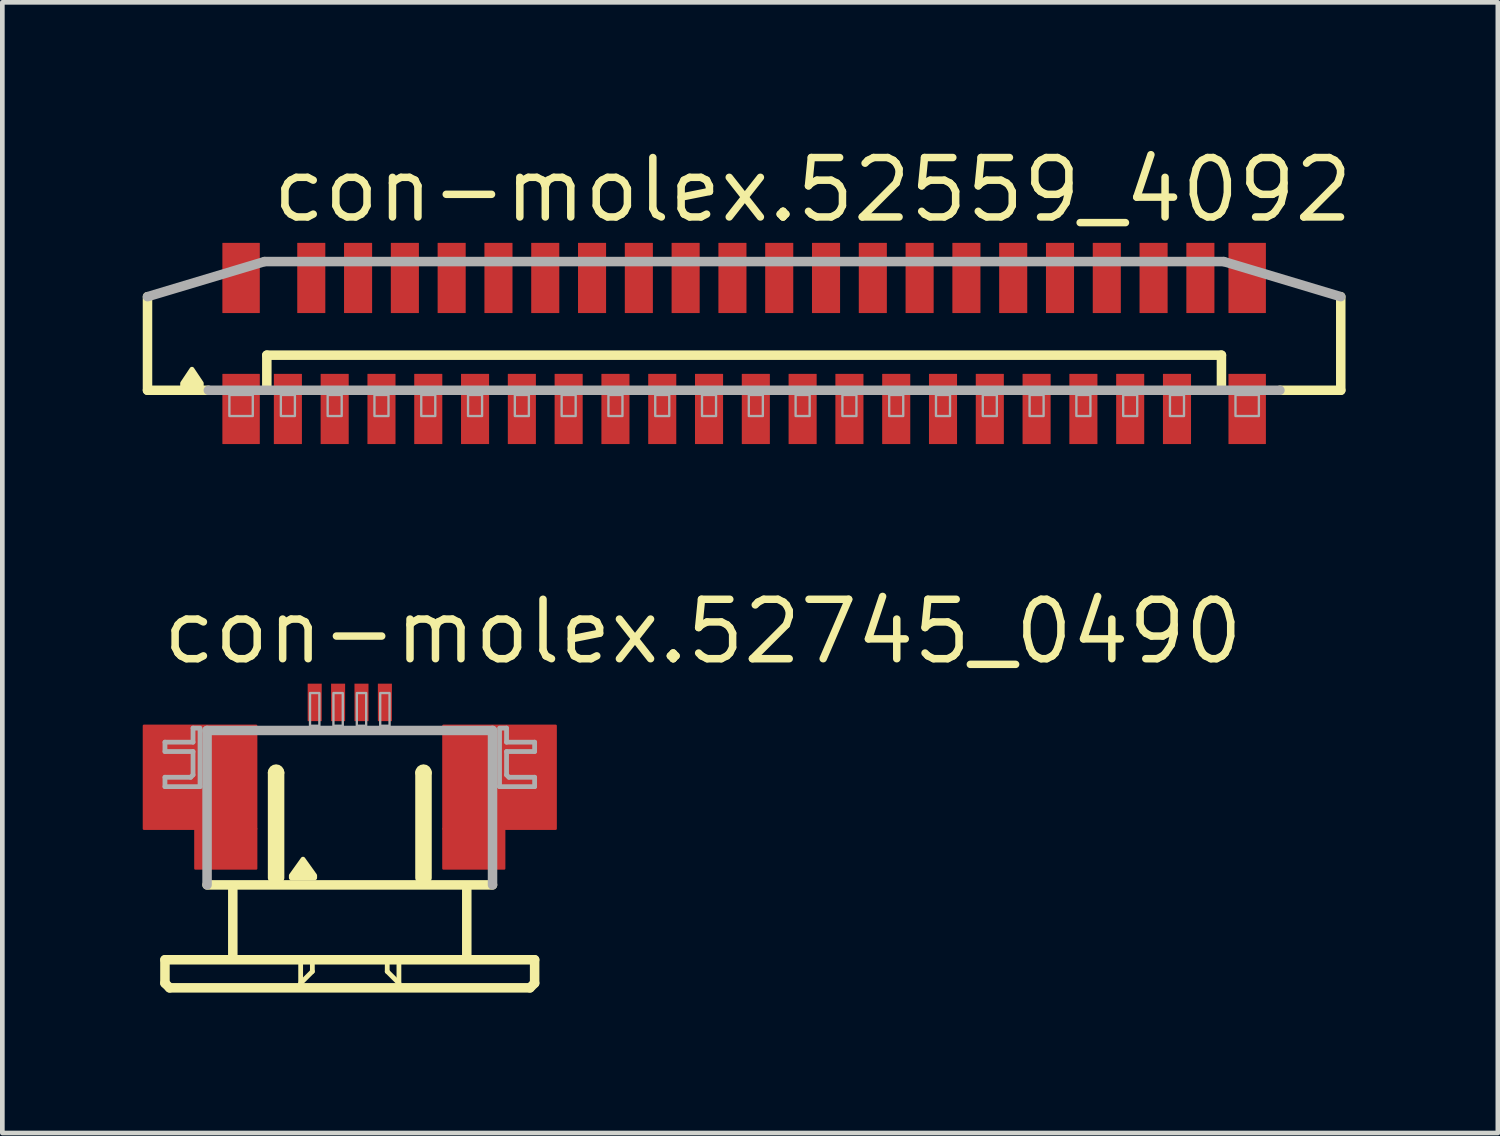
<source format=kicad_pcb>
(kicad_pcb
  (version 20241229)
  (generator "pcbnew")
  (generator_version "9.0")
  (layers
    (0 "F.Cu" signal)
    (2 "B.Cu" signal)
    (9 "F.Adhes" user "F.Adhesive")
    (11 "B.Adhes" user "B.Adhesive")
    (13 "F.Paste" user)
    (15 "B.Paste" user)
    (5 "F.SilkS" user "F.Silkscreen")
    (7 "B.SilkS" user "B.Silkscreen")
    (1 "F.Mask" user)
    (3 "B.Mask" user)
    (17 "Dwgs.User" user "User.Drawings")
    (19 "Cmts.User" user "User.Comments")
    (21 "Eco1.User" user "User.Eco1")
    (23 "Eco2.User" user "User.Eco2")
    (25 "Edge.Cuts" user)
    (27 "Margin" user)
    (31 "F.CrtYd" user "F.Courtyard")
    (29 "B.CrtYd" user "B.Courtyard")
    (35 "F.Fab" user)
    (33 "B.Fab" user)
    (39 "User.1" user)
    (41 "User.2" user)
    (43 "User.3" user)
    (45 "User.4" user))
  (footprint "con-molex.52745_0490"
    (layer "F.Cu")
    (at 4.425 14.46)
    (property "Reference" "con-molex.52745_0490" (at -4.08 -3.27 0) (layer "F.SilkS") (effects (font (size 1.27 1.27) (thickness 0.16)) (justify left bottom)))
    (attr smd)
    (fp_rect (start -4.4 0.2) (end -2 -2) (stroke (width 0.05) (type default)) (fill yes) (layer "F.Cu"))
    (fp_rect (start -3.3 1.05) (end -2 0.2) (stroke (width 0.05) (type default)) (fill yes) (layer "F.Cu"))
    (fp_rect (start 2 0.2) (end 4.4 -2) (stroke (width 0.05) (type default)) (fill yes) (layer "F.Cu"))
    (fp_rect (start 2 1.05) (end 3.3 0.2) (stroke (width 0.05) (type default)) (fill yes) (layer "F.Cu"))
    (fp_rect (start -4.4 0.2) (end -3.25 -2) (stroke (width 0.05) (type default)) (fill yes) (layer "F.Mask"))
    (fp_rect (start -3.3 1.05) (end -2 -2) (stroke (width 0.05) (type default)) (fill yes) (layer "F.Mask"))
    (fp_rect (start 2 1.05) (end 3.3 -2) (stroke (width 0.05) (type default)) (fill yes) (layer "F.Mask"))
    (fp_rect (start 3.25 0.2) (end 4.4 -2) (stroke (width 0.05) (type default)) (fill yes) (layer "F.Mask"))
    (fp_line (start -3.95 3) (end -3.95 3.5) (stroke (width 0.203) (type default)) (layer "F.SilkS"))
    (fp_line (start -3.95 3.5) (end -3.85 3.6) (stroke (width 0.203) (type default)) (layer "F.SilkS"))
    (fp_line (start -3.85 3.6) (end 3.85 3.6) (stroke (width 0.203) (type default)) (layer "F.SilkS"))
    (fp_line (start -2.5 1.5) (end -2.5 2.9) (stroke (width 0.203) (type default)) (layer "F.SilkS"))
    (fp_line (start -1.65 1.25) (end -1.65 -1) (stroke (width 0.203) (type default)) (layer "F.SilkS"))
    (fp_line (start -1.5 -1) (end -1.5 1.25) (stroke (width 0.203) (type default)) (layer "F.SilkS"))
    (fp_line (start -1.05 3.1) (end -1.05 3.5) (stroke (width 0.102) (type default)) (layer "F.SilkS"))
    (fp_line (start -1.05 3.5) (end -0.8 3.25) (stroke (width 0.102) (type default)) (layer "F.SilkS"))
    (fp_line (start -0.8 3.25) (end -0.8 3.1) (stroke (width 0.102) (type default)) (layer "F.SilkS"))
    (fp_line (start 0.8 3.1) (end 0.8 3.25) (stroke (width 0.102) (type default)) (layer "F.SilkS"))
    (fp_line (start 0.8 3.25) (end 1.05 3.5) (stroke (width 0.102) (type default)) (layer "F.SilkS"))
    (fp_line (start 1.05 3.5) (end 1.05 3.1) (stroke (width 0.102) (type default)) (layer "F.SilkS"))
    (fp_line (start 1.5 1.25) (end 1.5 -1) (stroke (width 0.203) (type default)) (layer "F.SilkS"))
    (fp_line (start 1.65 -1) (end 1.65 1.25) (stroke (width 0.203) (type default)) (layer "F.SilkS"))
    (fp_line (start 2.5 1.5) (end 2.5 2.9) (stroke (width 0.203) (type default)) (layer "F.SilkS"))
    (fp_line (start 3.05 1.4) (end -3.05 1.4) (stroke (width 0.203) (type default)) (layer "F.SilkS"))
    (fp_line (start 3.85 3.6) (end 3.95 3.5) (stroke (width 0.203) (type default)) (layer "F.SilkS"))
    (fp_line (start 3.95 3) (end -3.95 3) (stroke (width 0.203) (type default)) (layer "F.SilkS"))
    (fp_line (start 3.95 3.5) (end 3.95 3) (stroke (width 0.203) (type default)) (layer "F.SilkS"))
    (fp_arc (start -1.65 -1) (mid -1.575 -1.075) (end -1.5 -1) (stroke (width 0.2032) (type default)) (layer "F.SilkS"))
    (fp_arc (start 1.5 -1) (mid 1.575 -1.075) (end 1.65 -1) (stroke (width 0.2032) (type default)) (layer "F.SilkS"))
    (fp_poly (pts (xy -1.25 1.25) (xy -1.25 1.2) (xy -1 0.85) (xy -0.75 1.2) (xy -0.75 1.25)) (stroke (width 0.102) (type default)) (fill yes) (layer "F.SilkS"))
    (fp_rect (start -4.2 0.05) (end -2.2 -1.85) (stroke (width 0.05) (type default)) (fill yes) (layer "F.Paste"))
    (fp_rect (start 2.2 0.05) (end 4.2 -1.85) (stroke (width 0.05) (type default)) (fill yes) (layer "F.Paste"))
    (fp_line (start -3.95 -1.65) (end -3.95 -1.45) (stroke (width 0.102) (type default)) (layer "F.Fab"))
    (fp_line (start -3.95 -1.45) (end -3.35 -1.45) (stroke (width 0.102) (type default)) (layer "F.Fab"))
    (fp_line (start -3.95 -0.9) (end -3.95 -0.7) (stroke (width 0.102) (type default)) (layer "F.Fab"))
    (fp_line (start -3.95 -0.7) (end -3.2 -0.7) (stroke (width 0.102) (type default)) (layer "F.Fab"))
    (fp_line (start -3.4 -0.9) (end -3.95 -0.9) (stroke (width 0.102) (type default)) (layer "F.Fab"))
    (fp_line (start -3.35 -1.95) (end -3.35 -1.65) (stroke (width 0.102) (type default)) (layer "F.Fab"))
    (fp_line (start -3.35 -1.65) (end -3.95 -1.65) (stroke (width 0.102) (type default)) (layer "F.Fab"))
    (fp_line (start -3.35 -1.45) (end -3.35 -0.95) (stroke (width 0.102) (type default)) (layer "F.Fab"))
    (fp_line (start -3.35 -0.95) (end -3.4 -0.9) (stroke (width 0.102) (type default)) (layer "F.Fab"))
    (fp_line (start -3.2 -1.95) (end -3.35 -1.95) (stroke (width 0.102) (type default)) (layer "F.Fab"))
    (fp_line (start -3.2 -0.7) (end -3.2 -1.9) (stroke (width 0.102) (type default)) (layer "F.Fab"))
    (fp_line (start -3.05 -1.9) (end 3.05 -1.9) (stroke (width 0.203) (type default)) (layer "F.Fab"))
    (fp_line (start -3.05 1.4) (end -3.05 -1.9) (stroke (width 0.203) (type default)) (layer "F.Fab"))
    (fp_line (start 3.05 -1.9) (end 3.05 1.4) (stroke (width 0.203) (type default)) (layer "F.Fab"))
    (fp_line (start 3.2 -1.95) (end 3.35 -1.95) (stroke (width 0.102) (type default)) (layer "F.Fab"))
    (fp_line (start 3.2 -0.7) (end 3.2 -1.9) (stroke (width 0.102) (type default)) (layer "F.Fab"))
    (fp_line (start 3.35 -1.95) (end 3.35 -1.65) (stroke (width 0.102) (type default)) (layer "F.Fab"))
    (fp_line (start 3.35 -1.65) (end 3.95 -1.65) (stroke (width 0.102) (type default)) (layer "F.Fab"))
    (fp_line (start 3.35 -1.45) (end 3.35 -0.95) (stroke (width 0.102) (type default)) (layer "F.Fab"))
    (fp_line (start 3.35 -0.95) (end 3.4 -0.9) (stroke (width 0.102) (type default)) (layer "F.Fab"))
    (fp_line (start 3.4 -0.9) (end 3.95 -0.9) (stroke (width 0.102) (type default)) (layer "F.Fab"))
    (fp_line (start 3.95 -1.65) (end 3.95 -1.45) (stroke (width 0.102) (type default)) (layer "F.Fab"))
    (fp_line (start 3.95 -1.45) (end 3.35 -1.45) (stroke (width 0.102) (type default)) (layer "F.Fab"))
    (fp_line (start 3.95 -0.9) (end 3.95 -0.7) (stroke (width 0.102) (type default)) (layer "F.Fab"))
    (fp_line (start 3.95 -0.7) (end 3.2 -0.7) (stroke (width 0.102) (type default)) (layer "F.Fab"))
    (fp_rect (start -0.85 -2) (end -0.65 -2.7) (stroke (width 0.05) (type default)) (fill no) (layer "F.Fab"))
    (fp_rect (start -0.35 -2) (end -0.15 -2.7) (stroke (width 0.05) (type default)) (fill no) (layer "F.Fab"))
    (fp_rect (start 0.15 -2) (end 0.35 -2.7) (stroke (width 0.05) (type default)) (fill no) (layer "F.Fab"))
    (fp_rect (start 0.65 -2) (end 0.85 -2.7) (stroke (width 0.05) (type default)) (fill no) (layer "F.Fab"))
    (pad "1" smd roundrect (at -0.75 -2.5) (size 0.3 0.8) (layers "F.Cu" "F.Mask" "F.Paste") (roundrect_rratio 0.01))
    (pad "2" smd roundrect (at -0.25 -2.5) (size 0.3 0.8) (layers "F.Cu" "F.Mask" "F.Paste") (roundrect_rratio 0.01))
    (pad "3" smd roundrect (at 0.25 -2.5) (size 0.3 0.8) (layers "F.Cu" "F.Mask" "F.Paste") (roundrect_rratio 0.01))
    (pad "4" smd roundrect (at 0.75 -2.5) (size 0.3 0.8) (layers "F.Cu" "F.Mask" "F.Paste") (roundrect_rratio 0.01)))
  (footprint "con-molex.52559_4092"
    (layer "F.Cu")
    (at 12.852 4.29)
    (property "Reference" "con-molex.52559_4092" (at -10.16 -2.54 0) (layer "F.SilkS") (effects (font (size 1.27 1.27) (thickness 0.16)) (justify left bottom)))
    (attr smd)
    (fp_line (start -12.75 1) (end -12.75 -1) (stroke (width 0.203) (type default)) (layer "F.SilkS"))
    (fp_line (start -11.45 1) (end -12.75 1) (stroke (width 0.203) (type default)) (layer "F.SilkS"))
    (fp_line (start -10.2 0.25) (end 10.2 0.25) (stroke (width 0.203) (type default)) (layer "F.SilkS"))
    (fp_line (start -10.2 1) (end -10.2 0.25) (stroke (width 0.203) (type default)) (layer "F.SilkS"))
    (fp_line (start 10.2 0.25) (end 10.2 1) (stroke (width 0.203) (type default)) (layer "F.SilkS"))
    (fp_line (start 12.75 -1) (end 12.75 1) (stroke (width 0.203) (type default)) (layer "F.SilkS"))
    (fp_line (start 12.75 1) (end 11.45 1) (stroke (width 0.203) (type default)) (layer "F.SilkS"))
    (fp_poly (pts (xy -11.6 0.95) (xy -11.6 0.85) (xy -11.8 0.55) (xy -12 0.85) (xy -12 0.95)) (stroke (width 0.102) (type default)) (fill yes) (layer "F.SilkS"))
    (fp_line (start -12.75 -1) (end -10.25 -1.75) (stroke (width 0.203) (type default)) (layer "F.Fab"))
    (fp_line (start -10.25 -1.75) (end 10.25 -1.75) (stroke (width 0.203) (type default)) (layer "F.Fab"))
    (fp_line (start 10.25 -1.75) (end 12.75 -1) (stroke (width 0.203) (type default)) (layer "F.Fab"))
    (fp_line (start 11.45 1) (end -11.45 1) (stroke (width 0.203) (type default)) (layer "F.Fab"))
    (fp_rect (start -11 1.55) (end -10.5 1.1) (stroke (width 0.05) (type default)) (fill no) (layer "F.Fab"))
    (fp_rect (start -9.9 1.55) (end -9.6 1.1) (stroke (width 0.05) (type default)) (fill no) (layer "F.Fab"))
    (fp_rect (start -8.9 1.55) (end -8.6 1.1) (stroke (width 0.05) (type default)) (fill no) (layer "F.Fab"))
    (fp_rect (start -7.9 1.55) (end -7.6 1.1) (stroke (width 0.05) (type default)) (fill no) (layer "F.Fab"))
    (fp_rect (start -6.9 1.55) (end -6.6 1.1) (stroke (width 0.05) (type default)) (fill no) (layer "F.Fab"))
    (fp_rect (start -5.9 1.55) (end -5.6 1.1) (stroke (width 0.05) (type default)) (fill no) (layer "F.Fab"))
    (fp_rect (start -4.9 1.55) (end -4.6 1.1) (stroke (width 0.05) (type default)) (fill no) (layer "F.Fab"))
    (fp_rect (start -3.9 1.55) (end -3.6 1.1) (stroke (width 0.05) (type default)) (fill no) (layer "F.Fab"))
    (fp_rect (start -2.9 1.55) (end -2.6 1.1) (stroke (width 0.05) (type default)) (fill no) (layer "F.Fab"))
    (fp_rect (start -1.9 1.55) (end -1.6 1.1) (stroke (width 0.05) (type default)) (fill no) (layer "F.Fab"))
    (fp_rect (start -0.9 1.55) (end -0.6 1.1) (stroke (width 0.05) (type default)) (fill no) (layer "F.Fab"))
    (fp_rect (start 0.1 1.55) (end 0.4 1.1) (stroke (width 0.05) (type default)) (fill no) (layer "F.Fab"))
    (fp_rect (start 1.1 1.55) (end 1.4 1.1) (stroke (width 0.05) (type default)) (fill no) (layer "F.Fab"))
    (fp_rect (start 2.1 1.55) (end 2.4 1.1) (stroke (width 0.05) (type default)) (fill no) (layer "F.Fab"))
    (fp_rect (start 3.1 1.55) (end 3.4 1.1) (stroke (width 0.05) (type default)) (fill no) (layer "F.Fab"))
    (fp_rect (start 4.1 1.55) (end 4.4 1.1) (stroke (width 0.05) (type default)) (fill no) (layer "F.Fab"))
    (fp_rect (start 5.1 1.55) (end 5.4 1.1) (stroke (width 0.05) (type default)) (fill no) (layer "F.Fab"))
    (fp_rect (start 6.1 1.55) (end 6.4 1.1) (stroke (width 0.05) (type default)) (fill no) (layer "F.Fab"))
    (fp_rect (start 7.1 1.55) (end 7.4 1.1) (stroke (width 0.05) (type default)) (fill no) (layer "F.Fab"))
    (fp_rect (start 8.1 1.55) (end 8.4 1.1) (stroke (width 0.05) (type default)) (fill no) (layer "F.Fab"))
    (fp_rect (start 9.1 1.55) (end 9.4 1.1) (stroke (width 0.05) (type default)) (fill no) (layer "F.Fab"))
    (fp_rect (start 10.5 1.55) (end 11 1.1) (stroke (width 0.05) (type default)) (fill no) (layer "F.Fab"))
    (pad "1" smd roundrect (at -9.75 1.4) (size 0.6 1.5) (layers "F.Cu" "F.Mask" "F.Paste") (roundrect_rratio 0.01))
    (pad "2" smd roundrect (at -9.25 -1.4 180) (size 0.6 1.5) (layers "F.Cu" "F.Mask" "F.Paste") (roundrect_rratio 0.01))
    (pad "3" smd roundrect (at -8.75 1.4) (size 0.6 1.5) (layers "F.Cu" "F.Mask" "F.Paste") (roundrect_rratio 0.01))
    (pad "4" smd roundrect (at -8.25 -1.4 180) (size 0.6 1.5) (layers "F.Cu" "F.Mask" "F.Paste") (roundrect_rratio 0.01))
    (pad "5" smd roundrect (at -7.75 1.4) (size 0.6 1.5) (layers "F.Cu" "F.Mask" "F.Paste") (roundrect_rratio 0.01))
    (pad "6" smd roundrect (at -7.25 -1.4 180) (size 0.6 1.5) (layers "F.Cu" "F.Mask" "F.Paste") (roundrect_rratio 0.01))
    (pad "7" smd roundrect (at -6.75 1.4) (size 0.6 1.5) (layers "F.Cu" "F.Mask" "F.Paste") (roundrect_rratio 0.01))
    (pad "8" smd roundrect (at -6.25 -1.4 180) (size 0.6 1.5) (layers "F.Cu" "F.Mask" "F.Paste") (roundrect_rratio 0.01))
    (pad "9" smd roundrect (at -5.75 1.4) (size 0.6 1.5) (layers "F.Cu" "F.Mask" "F.Paste") (roundrect_rratio 0.01))
    (pad "10" smd roundrect (at -5.25 -1.4 180) (size 0.6 1.5) (layers "F.Cu" "F.Mask" "F.Paste") (roundrect_rratio 0.01))
    (pad "11" smd roundrect (at -4.75 1.4) (size 0.6 1.5) (layers "F.Cu" "F.Mask" "F.Paste") (roundrect_rratio 0.01))
    (pad "12" smd roundrect (at -4.25 -1.4 180) (size 0.6 1.5) (layers "F.Cu" "F.Mask" "F.Paste") (roundrect_rratio 0.01))
    (pad "13" smd roundrect (at -3.75 1.4) (size 0.6 1.5) (layers "F.Cu" "F.Mask" "F.Paste") (roundrect_rratio 0.01))
    (pad "14" smd roundrect (at -3.25 -1.4 180) (size 0.6 1.5) (layers "F.Cu" "F.Mask" "F.Paste") (roundrect_rratio 0.01))
    (pad "15" smd roundrect (at -2.75 1.4) (size 0.6 1.5) (layers "F.Cu" "F.Mask" "F.Paste") (roundrect_rratio 0.01))
    (pad "16" smd roundrect (at -2.25 -1.4 180) (size 0.6 1.5) (layers "F.Cu" "F.Mask" "F.Paste") (roundrect_rratio 0.01))
    (pad "17" smd roundrect (at -1.75 1.4) (size 0.6 1.5) (layers "F.Cu" "F.Mask" "F.Paste") (roundrect_rratio 0.01))
    (pad "18" smd roundrect (at -1.25 -1.4 180) (size 0.6 1.5) (layers "F.Cu" "F.Mask" "F.Paste") (roundrect_rratio 0.01))
    (pad "19" smd roundrect (at -0.75 1.4) (size 0.6 1.5) (layers "F.Cu" "F.Mask" "F.Paste") (roundrect_rratio 0.01))
    (pad "20" smd roundrect (at -0.25 -1.4 180) (size 0.6 1.5) (layers "F.Cu" "F.Mask" "F.Paste") (roundrect_rratio 0.01))
    (pad "21" smd roundrect (at 0.25 1.4) (size 0.6 1.5) (layers "F.Cu" "F.Mask" "F.Paste") (roundrect_rratio 0.01))
    (pad "22" smd roundrect (at 0.75 -1.4 180) (size 0.6 1.5) (layers "F.Cu" "F.Mask" "F.Paste") (roundrect_rratio 0.01))
    (pad "23" smd roundrect (at 1.25 1.4) (size 0.6 1.5) (layers "F.Cu" "F.Mask" "F.Paste") (roundrect_rratio 0.01))
    (pad "24" smd roundrect (at 1.75 -1.4 180) (size 0.6 1.5) (layers "F.Cu" "F.Mask" "F.Paste") (roundrect_rratio 0.01))
    (pad "25" smd roundrect (at 2.25 1.4) (size 0.6 1.5) (layers "F.Cu" "F.Mask" "F.Paste") (roundrect_rratio 0.01))
    (pad "26" smd roundrect (at 2.75 -1.4 180) (size 0.6 1.5) (layers "F.Cu" "F.Mask" "F.Paste") (roundrect_rratio 0.01))
    (pad "27" smd roundrect (at 3.25 1.4) (size 0.6 1.5) (layers "F.Cu" "F.Mask" "F.Paste") (roundrect_rratio 0.01))
    (pad "28" smd roundrect (at 3.75 -1.4 180) (size 0.6 1.5) (layers "F.Cu" "F.Mask" "F.Paste") (roundrect_rratio 0.01))
    (pad "29" smd roundrect (at 4.25 1.4) (size 0.6 1.5) (layers "F.Cu" "F.Mask" "F.Paste") (roundrect_rratio 0.01))
    (pad "30" smd roundrect (at 4.75 -1.4 180) (size 0.6 1.5) (layers "F.Cu" "F.Mask" "F.Paste") (roundrect_rratio 0.01))
    (pad "31" smd roundrect (at 5.25 1.4) (size 0.6 1.5) (layers "F.Cu" "F.Mask" "F.Paste") (roundrect_rratio 0.01))
    (pad "32" smd roundrect (at 5.75 -1.4 180) (size 0.6 1.5) (layers "F.Cu" "F.Mask" "F.Paste") (roundrect_rratio 0.01))
    (pad "33" smd roundrect (at 6.25 1.4) (size 0.6 1.5) (layers "F.Cu" "F.Mask" "F.Paste") (roundrect_rratio 0.01))
    (pad "34" smd roundrect (at 6.75 -1.4 180) (size 0.6 1.5) (layers "F.Cu" "F.Mask" "F.Paste") (roundrect_rratio 0.01))
    (pad "35" smd roundrect (at 7.25 1.4) (size 0.6 1.5) (layers "F.Cu" "F.Mask" "F.Paste") (roundrect_rratio 0.01))
    (pad "36" smd roundrect (at 7.75 -1.4 180) (size 0.6 1.5) (layers "F.Cu" "F.Mask" "F.Paste") (roundrect_rratio 0.01))
    (pad "37" smd roundrect (at 8.25 1.4) (size 0.6 1.5) (layers "F.Cu" "F.Mask" "F.Paste") (roundrect_rratio 0.01))
    (pad "38" smd roundrect (at 8.75 -1.4 180) (size 0.6 1.5) (layers "F.Cu" "F.Mask" "F.Paste") (roundrect_rratio 0.01))
    (pad "39" smd roundrect (at 9.25 1.4) (size 0.6 1.5) (layers "F.Cu" "F.Mask" "F.Paste") (roundrect_rratio 0.01))
    (pad "40" smd roundrect (at 9.75 -1.4 180) (size 0.6 1.5) (layers "F.Cu" "F.Mask" "F.Paste") (roundrect_rratio 0.01))
    (pad "M1" smd roundrect (at -10.75 1.4) (size 0.8 1.5) (layers "F.Cu" "F.Mask" "F.Paste") (roundrect_rratio 0.01))
    (pad "M2" smd roundrect (at 10.75 1.4) (size 0.8 1.5) (layers "F.Cu" "F.Mask" "F.Paste") (roundrect_rratio 0.01))
    (pad "M3" smd roundrect (at 10.75 -1.4 180) (size 0.8 1.5) (layers "F.Cu" "F.Mask" "F.Paste") (roundrect_rratio 0.01))
    (pad "M4" smd roundrect (at -10.75 -1.4 180) (size 0.8 1.5) (layers "F.Cu" "F.Mask" "F.Paste") (roundrect_rratio 0.01)))
  (gr_rect
    (start -3 -3)
    (end 28.959 21.162)
    (stroke (width 0.1) (type default))
    (fill no)
    (layer "Edge.Cuts")))
</source>
